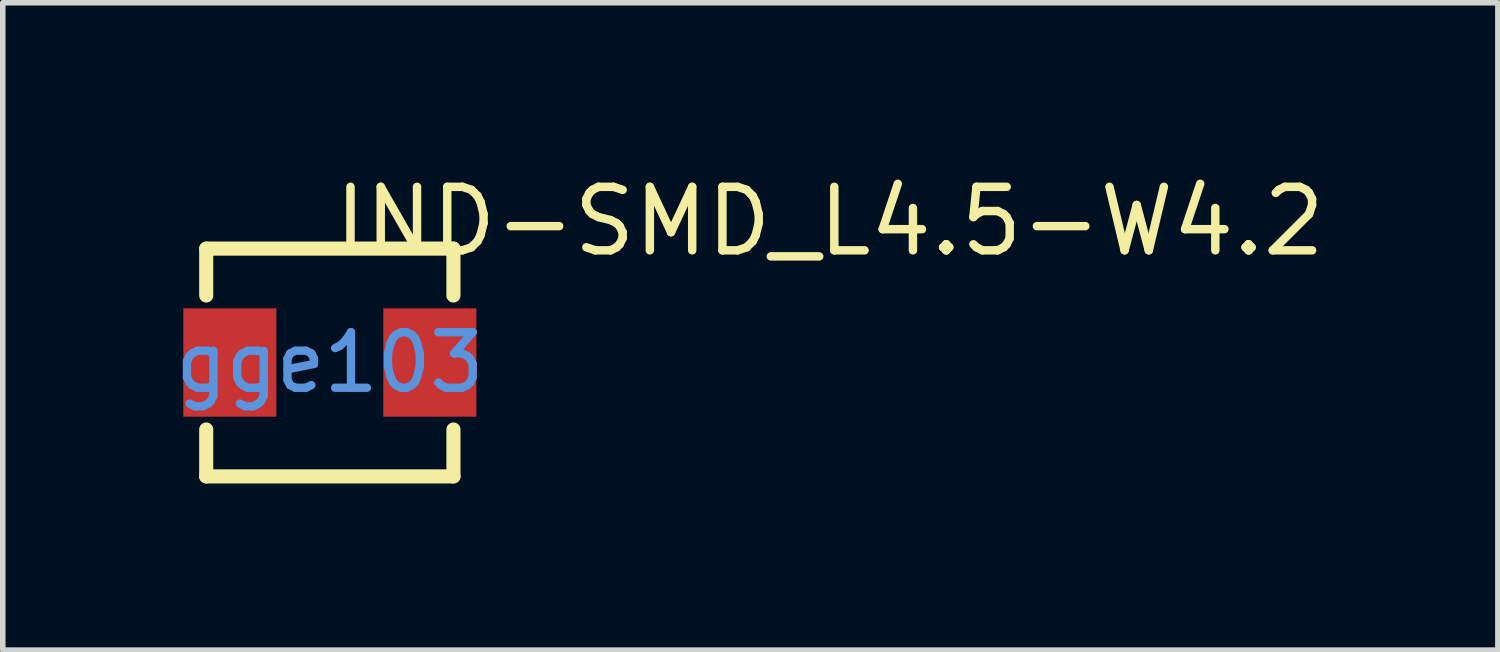
<source format=kicad_pcb>
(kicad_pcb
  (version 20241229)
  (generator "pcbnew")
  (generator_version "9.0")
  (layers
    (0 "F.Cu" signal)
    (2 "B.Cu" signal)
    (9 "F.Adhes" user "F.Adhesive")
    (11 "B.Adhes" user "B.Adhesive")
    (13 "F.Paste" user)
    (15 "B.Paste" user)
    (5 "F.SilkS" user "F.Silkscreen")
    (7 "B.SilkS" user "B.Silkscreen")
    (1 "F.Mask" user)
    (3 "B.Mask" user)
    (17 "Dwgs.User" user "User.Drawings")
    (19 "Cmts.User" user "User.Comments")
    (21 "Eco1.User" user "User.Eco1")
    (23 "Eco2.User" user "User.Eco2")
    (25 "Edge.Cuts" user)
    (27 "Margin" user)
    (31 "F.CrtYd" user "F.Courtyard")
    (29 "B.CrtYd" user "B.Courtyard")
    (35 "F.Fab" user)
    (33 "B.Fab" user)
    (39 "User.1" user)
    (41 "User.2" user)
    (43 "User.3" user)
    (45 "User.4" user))
  (footprint "IND-SMD_L4.5-W4.2"
    (layer "F.Cu")
    (at 2.887 3.475)
    (property "Reference" "IND-SMD_L4.5-W4.2" (at 0 -2.54 0) (layer "F.SilkS") (effects (font (size 1.143 1.143) (thickness 0.152)) (justify left)))
    (attr smd)
    (fp_line (start -2.225 -2.05) (end 2.225 -2.05) (stroke (width 0.254) (type solid)) (layer "F.SilkS"))
    (fp_line (start -2.225 -1.206) (end -2.225 -2.05) (stroke (width 0.254) (type solid)) (layer "F.SilkS"))
    (fp_line (start -2.225 2.05) (end -2.225 1.206) (stroke (width 0.254) (type solid)) (layer "F.SilkS"))
    (fp_line (start 2.225 -2.05) (end 2.225 -1.206) (stroke (width 0.254) (type solid)) (layer "F.SilkS"))
    (fp_line (start 2.225 1.206) (end 2.225 2.05) (stroke (width 0.254) (type solid)) (layer "F.SilkS"))
    (fp_line (start 2.225 2.05) (end -2.225 2.05) (stroke (width 0.254) (type solid)) (layer "F.SilkS"))
    (fp_text user "gge103" (at 0 0 0) (layer "Cmts.User") (effects (font (size 1 1) (thickness 0.15))))
    (pad "1" smd rect (at -1.8 0) (size 1.675 1.95) (layers "F.Cu" "F.Mask" "F.Paste"))
    (pad "2" smd rect (at 1.8 0) (size 1.675 1.95) (layers "F.Cu" "F.Mask" "F.Paste")))
  (gr_rect
    (start -3 -3)
    (end 23.912 8.652)
    (stroke (width 0.1) (type default))
    (fill no)
    (layer "Edge.Cuts")))
</source>
